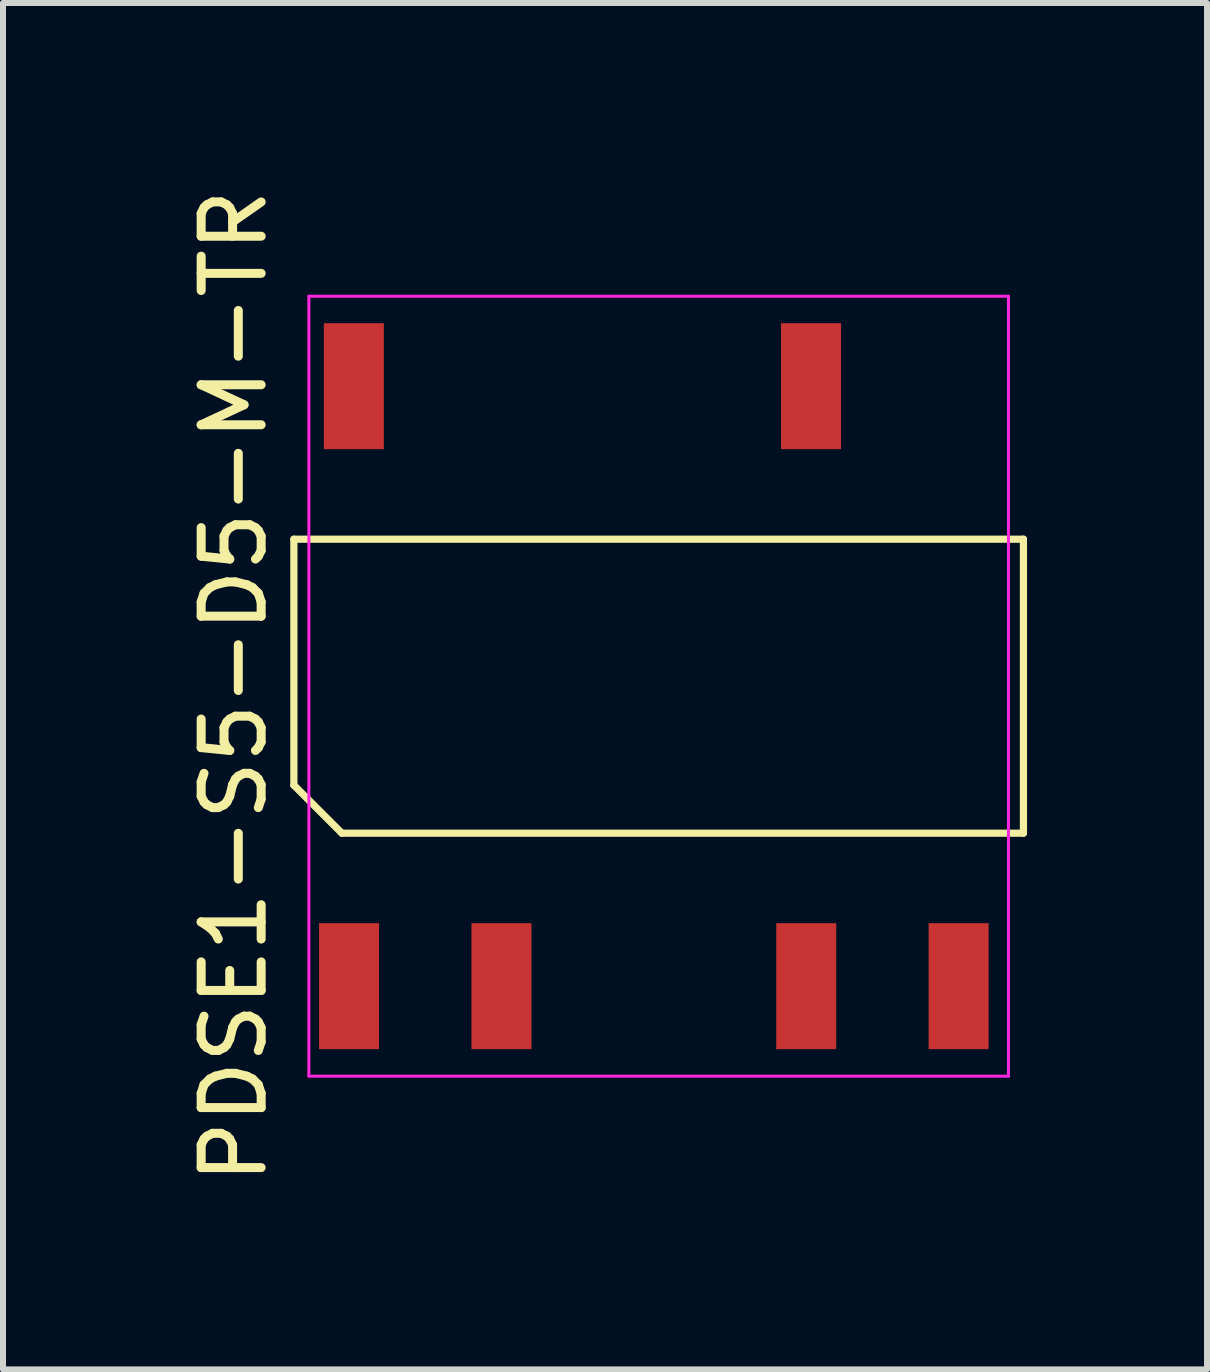
<source format=kicad_pcb>
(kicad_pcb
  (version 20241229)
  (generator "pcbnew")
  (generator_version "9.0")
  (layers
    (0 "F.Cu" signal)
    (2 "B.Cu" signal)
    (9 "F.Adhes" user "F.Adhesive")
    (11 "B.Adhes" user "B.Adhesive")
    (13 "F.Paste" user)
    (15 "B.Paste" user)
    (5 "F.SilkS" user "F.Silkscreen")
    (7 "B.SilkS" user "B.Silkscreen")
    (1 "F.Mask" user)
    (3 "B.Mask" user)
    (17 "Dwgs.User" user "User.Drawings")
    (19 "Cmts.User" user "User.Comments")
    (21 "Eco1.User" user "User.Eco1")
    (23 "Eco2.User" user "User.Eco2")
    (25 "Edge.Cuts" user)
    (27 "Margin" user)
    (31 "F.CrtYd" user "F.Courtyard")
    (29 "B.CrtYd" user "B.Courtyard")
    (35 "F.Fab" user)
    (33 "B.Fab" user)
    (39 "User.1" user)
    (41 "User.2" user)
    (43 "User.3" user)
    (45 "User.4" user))
  (footprint "PDSE1-S5-D5-M-TR"
    (layer "F.Cu")
    (at 7.928 8.387)
    (property "Reference" "PDSE1-S5-D5-M-TR" (at -7.08 0 90) (layer "F.SilkS") (effects (font (size 1 1) (thickness 0.15))))
    (attr through_hole)
    (fp_line (start -6.08 -2.45) (end 6.08 -2.45) (stroke (width 0.12) (type default)) (layer "F.SilkS"))
    (fp_line (start -6.08 1.65) (end -6.08 -2.45) (stroke (width 0.12) (type default)) (layer "F.SilkS"))
    (fp_line (start -5.28 2.45) (end -6.08 1.65) (stroke (width 0.12) (type default)) (layer "F.SilkS"))
    (fp_line (start 6.08 -2.45) (end 6.08 2.45) (stroke (width 0.12) (type default)) (layer "F.SilkS"))
    (fp_line (start 6.08 2.45) (end -5.28 2.45) (stroke (width 0.12) (type default)) (layer "F.SilkS"))
    (fp_line (start -5.83 -6.5) (end 5.83 -6.5) (stroke (width 0.05) (type default)) (layer "F.CrtYd"))
    (fp_line (start -5.83 6.5) (end -5.83 -6.5) (stroke (width 0.05) (type default)) (layer "F.CrtYd"))
    (fp_line (start 5.83 -6.5) (end 5.83 6.5) (stroke (width 0.05) (type default)) (layer "F.CrtYd"))
    (fp_line (start 5.83 6.5) (end -5.83 6.5) (stroke (width 0.05) (type default)) (layer "F.CrtYd"))
    (pad "1" smd rect (at -5.16 5) (size 1 2.1) (layers "F.Cu" "F.Mask" "F.Paste"))
    (pad "2" smd rect (at -2.62 5) (size 1 2.1) (layers "F.Cu" "F.Mask" "F.Paste"))
    (pad "4" smd rect (at 2.46 5) (size 1 2.1) (layers "F.Cu" "F.Mask" "F.Paste"))
    (pad "5" smd rect (at 5 5) (size 1 2.1) (layers "F.Cu" "F.Mask" "F.Paste"))
    (pad "7" smd rect (at 2.54 -5) (size 1 2.1) (layers "F.Cu" "F.Mask" "F.Paste"))
    (pad "10" smd rect (at -5.08 -5) (size 1 2.1) (layers "F.Cu" "F.Mask" "F.Paste")))
  (gr_rect
    (start -3 -3)
    (end 17.068 19.774)
    (stroke (width 0.1) (type default))
    (fill no)
    (layer "Edge.Cuts")))
</source>
